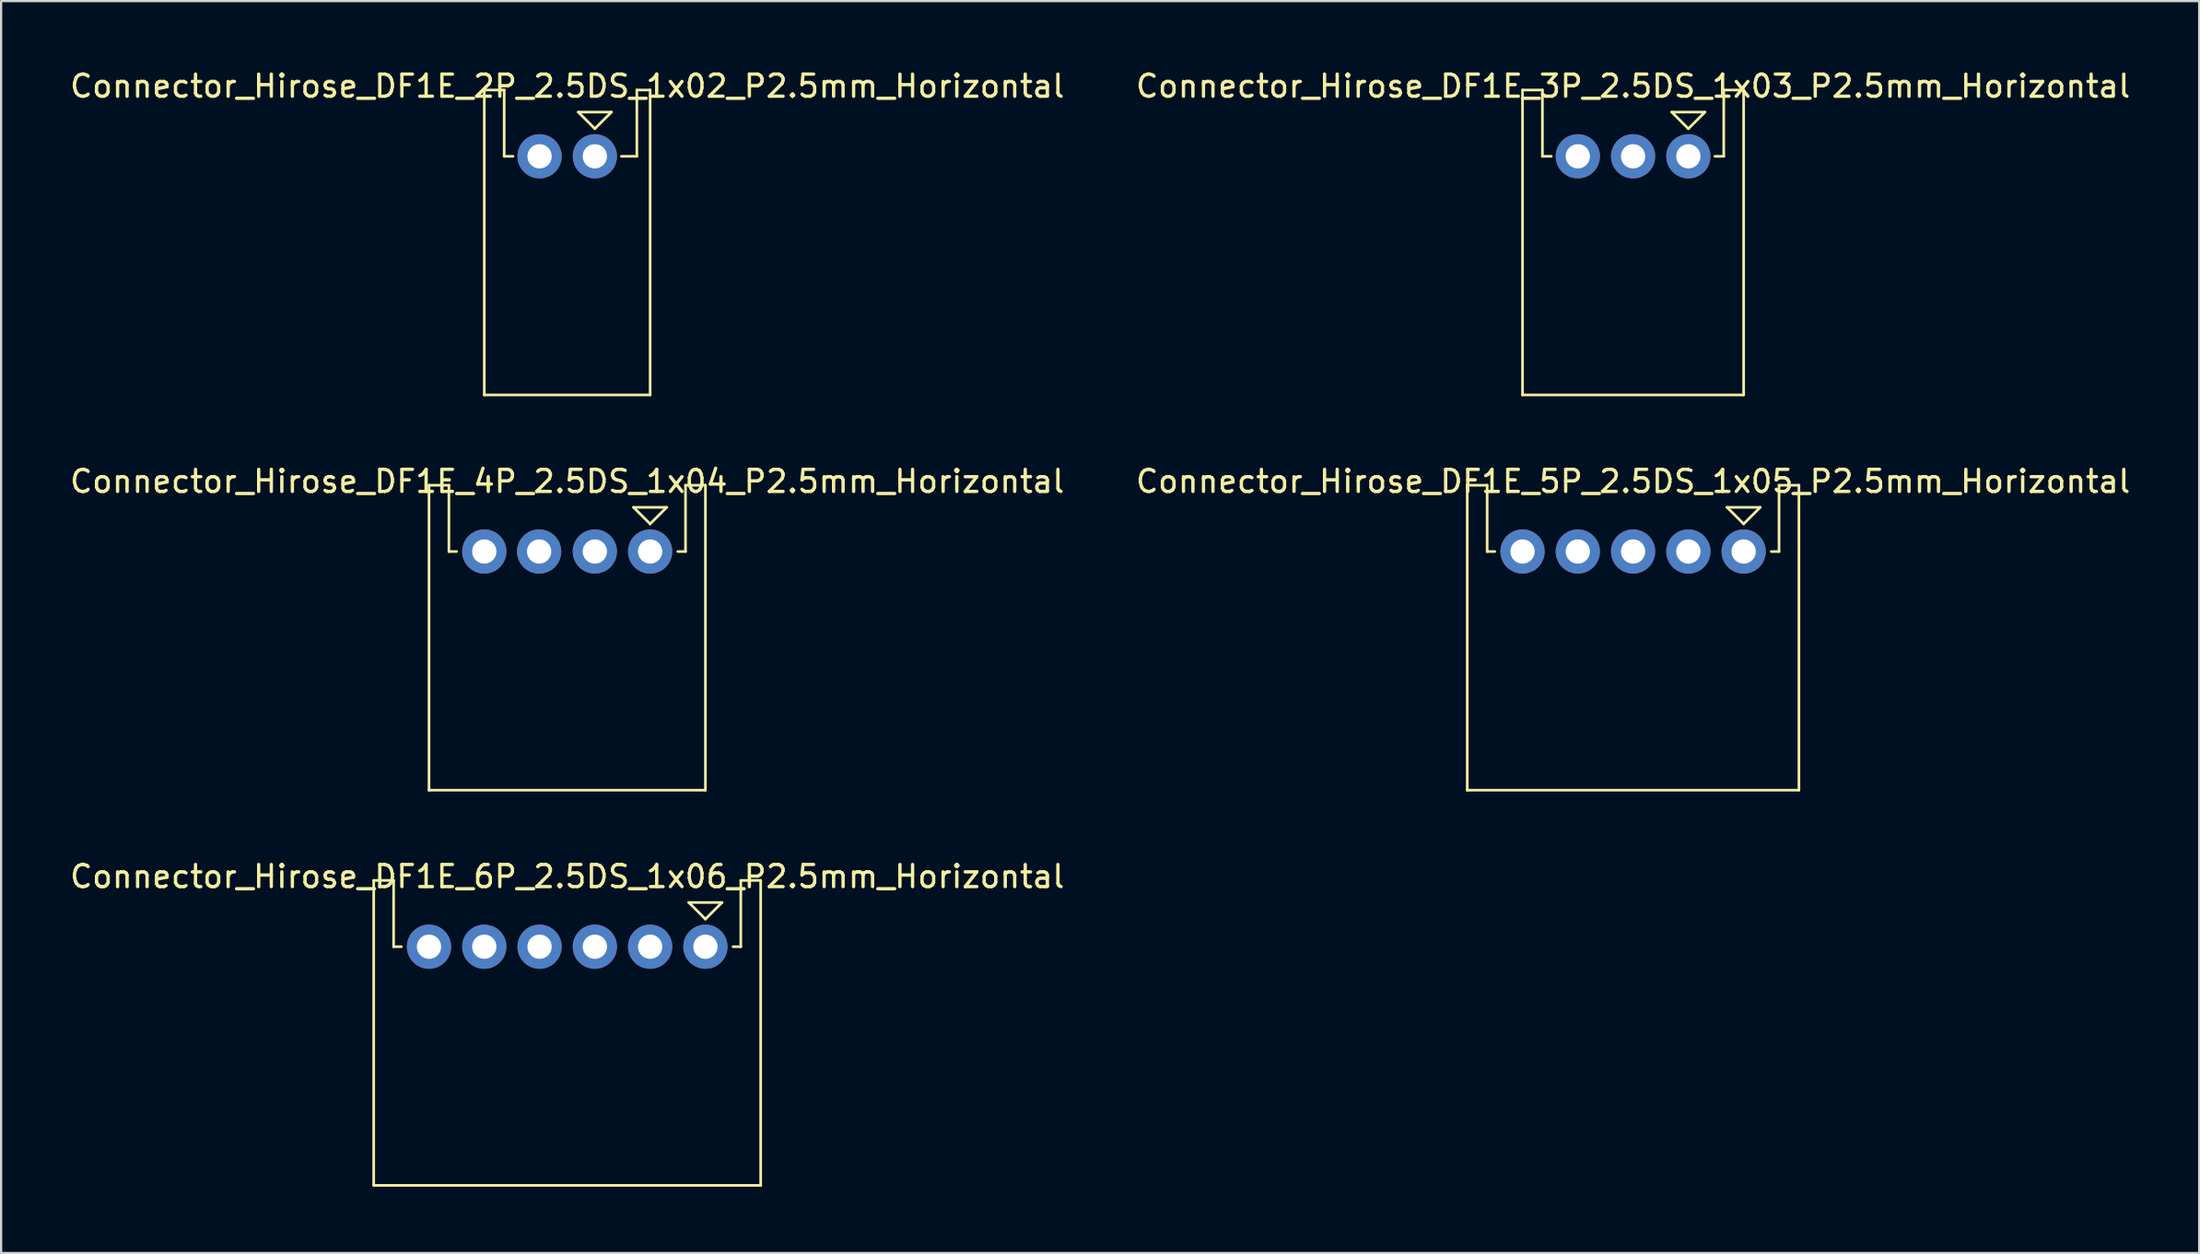
<source format=kicad_pcb>
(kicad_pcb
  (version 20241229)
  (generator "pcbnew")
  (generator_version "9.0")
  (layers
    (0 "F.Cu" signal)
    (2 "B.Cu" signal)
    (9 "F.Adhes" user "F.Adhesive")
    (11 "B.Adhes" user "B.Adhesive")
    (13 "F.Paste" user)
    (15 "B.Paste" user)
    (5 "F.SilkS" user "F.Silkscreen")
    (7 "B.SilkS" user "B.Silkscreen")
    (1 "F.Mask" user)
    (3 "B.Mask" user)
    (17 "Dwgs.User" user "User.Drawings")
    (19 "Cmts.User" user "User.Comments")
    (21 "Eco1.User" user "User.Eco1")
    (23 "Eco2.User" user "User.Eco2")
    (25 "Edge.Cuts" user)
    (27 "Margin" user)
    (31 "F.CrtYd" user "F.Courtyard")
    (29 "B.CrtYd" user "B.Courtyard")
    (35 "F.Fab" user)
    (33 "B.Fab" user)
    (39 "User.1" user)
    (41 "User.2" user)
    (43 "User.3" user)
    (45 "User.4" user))
  (footprint "Connector_Hirose_DF1E_4P_2.5DS_1x04_P2.5mm_Horizontal"
    (layer "F.Cu")
    (at 22.601 21.907)
    (property "Reference" "Connector_Hirose_DF1E_4P_2.5DS_1x04_P2.5mm_Horizontal" (at 0 -3.175 0) (layer "F.SilkS") (effects (font (size 1 1) (thickness 0.15))))
    (attr through_hole)
    (fp_line (start -6.25 -3) (end -6.25 10.8) (stroke (width 0.12) (type solid)) (layer "F.SilkS"))
    (fp_line (start -6.25 -3) (end -5.35 -3) (stroke (width 0.12) (type solid)) (layer "F.SilkS"))
    (fp_line (start -6.25 10.8) (end 6.25 10.8) (stroke (width 0.12) (type solid)) (layer "F.SilkS"))
    (fp_line (start -5.35 -3) (end -5.35 0) (stroke (width 0.12) (type solid)) (layer "F.SilkS"))
    (fp_line (start -5.35 0) (end -5 0) (stroke (width 0.12) (type solid)) (layer "F.SilkS"))
    (fp_line (start 3 -2) (end 4.5 -2) (stroke (width 0.12) (type solid)) (layer "F.SilkS"))
    (fp_line (start 3.75 -1.25) (end 3 -2) (stroke (width 0.12) (type solid)) (layer "F.SilkS"))
    (fp_line (start 4.5 -2) (end 3.75 -1.25) (stroke (width 0.12) (type solid)) (layer "F.SilkS"))
    (fp_line (start 5.35 -3) (end 5.35 0) (stroke (width 0.12) (type solid)) (layer "F.SilkS"))
    (fp_line (start 5.35 0) (end 5 0) (stroke (width 0.12) (type solid)) (layer "F.SilkS"))
    (fp_line (start 6.25 -3) (end 5.35 -3) (stroke (width 0.12) (type solid)) (layer "F.SilkS"))
    (fp_line (start 6.25 -3) (end 6.25 10.8) (stroke (width 0.12) (type solid)) (layer "F.SilkS"))
    (pad "1" thru_hole circle (at 3.75 0) (size 2 2) (drill 1.1) (layers "*.Cu" "*.Mask"))
    (pad "2" thru_hole circle (at 1.25 0) (size 2 2) (drill 1.1) (layers "*.Cu" "*.Mask"))
    (pad "3" thru_hole circle (at -1.27 0) (size 2 2) (drill 1.1) (layers "*.Cu" "*.Mask"))
    (pad "4" thru_hole circle (at -3.75 0) (size 2 2) (drill 1.1) (layers "*.Cu" "*.Mask")))
  (footprint "Connector_Hirose_DF1E_5P_2.5DS_1x05_P2.5mm_Horizontal"
    (layer "F.Cu")
    (at 70.804 21.907)
    (property "Reference" "Connector_Hirose_DF1E_5P_2.5DS_1x05_P2.5mm_Horizontal" (at 0 -3.175 0) (layer "F.SilkS") (effects (font (size 1 1) (thickness 0.15))))
    (attr through_hole)
    (fp_line (start -7.5 -3) (end -7.5 10.8) (stroke (width 0.12) (type solid)) (layer "F.SilkS"))
    (fp_line (start -7.5 -3) (end -6.6 -3) (stroke (width 0.12) (type solid)) (layer "F.SilkS"))
    (fp_line (start -7.5 10.8) (end 7.5 10.8) (stroke (width 0.12) (type solid)) (layer "F.SilkS"))
    (fp_line (start -6.6 -3) (end -6.6 0) (stroke (width 0.12) (type solid)) (layer "F.SilkS"))
    (fp_line (start -6.6 0) (end -6.25 0) (stroke (width 0.12) (type solid)) (layer "F.SilkS"))
    (fp_line (start 4.25 -2) (end 5.75 -2) (stroke (width 0.12) (type solid)) (layer "F.SilkS"))
    (fp_line (start 5 -1.25) (end 4.25 -2) (stroke (width 0.12) (type solid)) (layer "F.SilkS"))
    (fp_line (start 5.75 -2) (end 5 -1.25) (stroke (width 0.12) (type solid)) (layer "F.SilkS"))
    (fp_line (start 6.6 -3) (end 6.6 0) (stroke (width 0.12) (type solid)) (layer "F.SilkS"))
    (fp_line (start 6.6 0) (end 6.25 0) (stroke (width 0.12) (type solid)) (layer "F.SilkS"))
    (fp_line (start 7.5 -3) (end 6.6 -3) (stroke (width 0.12) (type solid)) (layer "F.SilkS"))
    (fp_line (start 7.5 -3) (end 7.5 10.8) (stroke (width 0.12) (type solid)) (layer "F.SilkS"))
    (pad "1" thru_hole circle (at 5 0) (size 2 2) (drill 1.1) (layers "*.Cu" "*.Mask"))
    (pad "2" thru_hole circle (at 2.5 0) (size 2 2) (drill 1.1) (layers "*.Cu" "*.Mask"))
    (pad "3" thru_hole circle (at 0 0) (size 2 2) (drill 1.1) (layers "*.Cu" "*.Mask"))
    (pad "4" thru_hole circle (at -2.5 0) (size 2 2) (drill 1.1) (layers "*.Cu" "*.Mask"))
    (pad "5" thru_hole circle (at -5 0) (size 2 2) (drill 1.1) (layers "*.Cu" "*.Mask")))
  (footprint "Connector_Hirose_DF1E_3P_2.5DS_1x03_P2.5mm_Horizontal"
    (layer "F.Cu")
    (at 70.804 4.023)
    (property "Reference" "Connector_Hirose_DF1E_3P_2.5DS_1x03_P2.5mm_Horizontal" (at 0 -3.175 0) (layer "F.SilkS") (effects (font (size 1 1) (thickness 0.15))))
    (attr through_hole)
    (fp_line (start -5 -3) (end -5 10.8) (stroke (width 0.12) (type solid)) (layer "F.SilkS"))
    (fp_line (start -5 -3) (end -4.1 -3) (stroke (width 0.12) (type solid)) (layer "F.SilkS"))
    (fp_line (start -5 10.8) (end 5 10.8) (stroke (width 0.12) (type solid)) (layer "F.SilkS"))
    (fp_line (start -4.1 -3) (end -4.1 0) (stroke (width 0.12) (type solid)) (layer "F.SilkS"))
    (fp_line (start -3.7 0) (end -4.1 0) (stroke (width 0.12) (type solid)) (layer "F.SilkS"))
    (fp_line (start 1.75 -2) (end 3.25 -2) (stroke (width 0.12) (type solid)) (layer "F.SilkS"))
    (fp_line (start 2.5 -1.25) (end 1.75 -2) (stroke (width 0.12) (type solid)) (layer "F.SilkS"))
    (fp_line (start 3.25 -2) (end 2.5 -1.25) (stroke (width 0.12) (type solid)) (layer "F.SilkS"))
    (fp_line (start 4.1 -3) (end 4.1 0) (stroke (width 0.12) (type solid)) (layer "F.SilkS"))
    (fp_line (start 4.1 0) (end 3.7 0) (stroke (width 0.12) (type solid)) (layer "F.SilkS"))
    (fp_line (start 5 -3) (end 4.1 -3) (stroke (width 0.12) (type solid)) (layer "F.SilkS"))
    (fp_line (start 5 -3) (end 5 10.8) (stroke (width 0.12) (type solid)) (layer "F.SilkS"))
    (pad "1" thru_hole circle (at 2.5 0) (size 2 2) (drill 1.1) (layers "*.Cu" "*.Mask"))
    (pad "2" thru_hole circle (at 0 0) (size 2 2) (drill 1.1) (layers "*.Cu" "*.Mask"))
    (pad "3" thru_hole circle (at -2.5 0) (size 2 2) (drill 1.1) (layers "*.Cu" "*.Mask")))
  (footprint "Connector_Hirose_DF1E_2P_2.5DS_1x02_P2.5mm_Horizontal"
    (layer "F.Cu")
    (at 22.601 4.023)
    (property "Reference" "Connector_Hirose_DF1E_2P_2.5DS_1x02_P2.5mm_Horizontal" (at 0 -3.175 0) (layer "F.SilkS") (effects (font (size 1 1) (thickness 0.15))))
    (attr through_hole)
    (fp_line (start -3.75 -3) (end -3.75 10.8) (stroke (width 0.12) (type solid)) (layer "F.SilkS"))
    (fp_line (start -3.75 -3) (end -2.85 -3) (stroke (width 0.12) (type solid)) (layer "F.SilkS"))
    (fp_line (start -3.75 10.8) (end 3.75 10.8) (stroke (width 0.12) (type solid)) (layer "F.SilkS"))
    (fp_line (start -2.85 -3) (end -2.85 0) (stroke (width 0.12) (type solid)) (layer "F.SilkS"))
    (fp_line (start -2.85 0) (end -2.45 0) (stroke (width 0.12) (type solid)) (layer "F.SilkS"))
    (fp_line (start 0.5 -2) (end 2 -2) (stroke (width 0.12) (type solid)) (layer "F.SilkS"))
    (fp_line (start 1.25 -1.25) (end 0.5 -2) (stroke (width 0.12) (type solid)) (layer "F.SilkS"))
    (fp_line (start 2 -2) (end 1.25 -1.25) (stroke (width 0.12) (type solid)) (layer "F.SilkS"))
    (fp_line (start 3.15 -3) (end 3.15 0) (stroke (width 0.12) (type solid)) (layer "F.SilkS"))
    (fp_line (start 3.15 0) (end 2.45 0) (stroke (width 0.12) (type solid)) (layer "F.SilkS"))
    (fp_line (start 3.75 -3) (end 3.15 -3) (stroke (width 0.12) (type solid)) (layer "F.SilkS"))
    (fp_line (start 3.75 -3) (end 3.75 10.8) (stroke (width 0.12) (type solid)) (layer "F.SilkS"))
    (pad "1" thru_hole circle (at 1.25 0) (size 2 2) (drill 1.1) (layers "*.Cu" "*.Mask"))
    (pad "2" thru_hole circle (at -1.25 0) (size 2 2) (drill 1.1) (layers "*.Cu" "*.Mask")))
  (footprint "Connector_Hirose_DF1E_6P_2.5DS_1x06_P2.5mm_Horizontal"
    (layer "F.Cu")
    (at 22.601 39.79)
    (property "Reference" "Connector_Hirose_DF1E_6P_2.5DS_1x06_P2.5mm_Horizontal" (at 0 -3.175 0) (layer "F.SilkS") (effects (font (size 1 1) (thickness 0.15))))
    (attr through_hole)
    (fp_line (start -8.75 -3) (end -8.75 10.8) (stroke (width 0.12) (type solid)) (layer "F.SilkS"))
    (fp_line (start -8.75 -3) (end -7.85 -3) (stroke (width 0.12) (type solid)) (layer "F.SilkS"))
    (fp_line (start -8.75 10.8) (end 8.75 10.8) (stroke (width 0.12) (type solid)) (layer "F.SilkS"))
    (fp_line (start -7.85 -3) (end -7.85 0) (stroke (width 0.12) (type solid)) (layer "F.SilkS"))
    (fp_line (start -7.85 0) (end -7.5 0) (stroke (width 0.12) (type solid)) (layer "F.SilkS"))
    (fp_line (start 5.5 -2) (end 7 -2) (stroke (width 0.12) (type solid)) (layer "F.SilkS"))
    (fp_line (start 6.25 -1.25) (end 5.5 -2) (stroke (width 0.12) (type solid)) (layer "F.SilkS"))
    (fp_line (start 7 -2) (end 6.25 -1.25) (stroke (width 0.12) (type solid)) (layer "F.SilkS"))
    (fp_line (start 7.85 -3) (end 7.85 0) (stroke (width 0.12) (type solid)) (layer "F.SilkS"))
    (fp_line (start 7.85 0) (end 7.5 0) (stroke (width 0.12) (type solid)) (layer "F.SilkS"))
    (fp_line (start 8.75 -3) (end 7.85 -3) (stroke (width 0.12) (type solid)) (layer "F.SilkS"))
    (fp_line (start 8.75 -3) (end 8.75 10.8) (stroke (width 0.12) (type solid)) (layer "F.SilkS"))
    (pad "1" thru_hole circle (at 6.25 0) (size 2 2) (drill 1.1) (layers "*.Cu" "*.Mask"))
    (pad "2" thru_hole circle (at 3.75 0) (size 2 2) (drill 1.1) (layers "*.Cu" "*.Mask"))
    (pad "3" thru_hole circle (at 1.25 0) (size 2 2) (drill 1.1) (layers "*.Cu" "*.Mask"))
    (pad "4" thru_hole circle (at -1.25 0) (size 2 2) (drill 1.1) (layers "*.Cu" "*.Mask"))
    (pad "5" thru_hole circle (at -3.75 0) (size 2 2) (drill 1.1) (layers "*.Cu" "*.Mask"))
    (pad "6" thru_hole circle (at -6.25 0) (size 2 2) (drill 1.1) (layers "*.Cu" "*.Mask")))
  (gr_rect
    (start -3 -3)
    (end 96.405 53.65)
    (stroke (width 0.1) (type default))
    (fill no)
    (layer "Edge.Cuts")))
</source>
